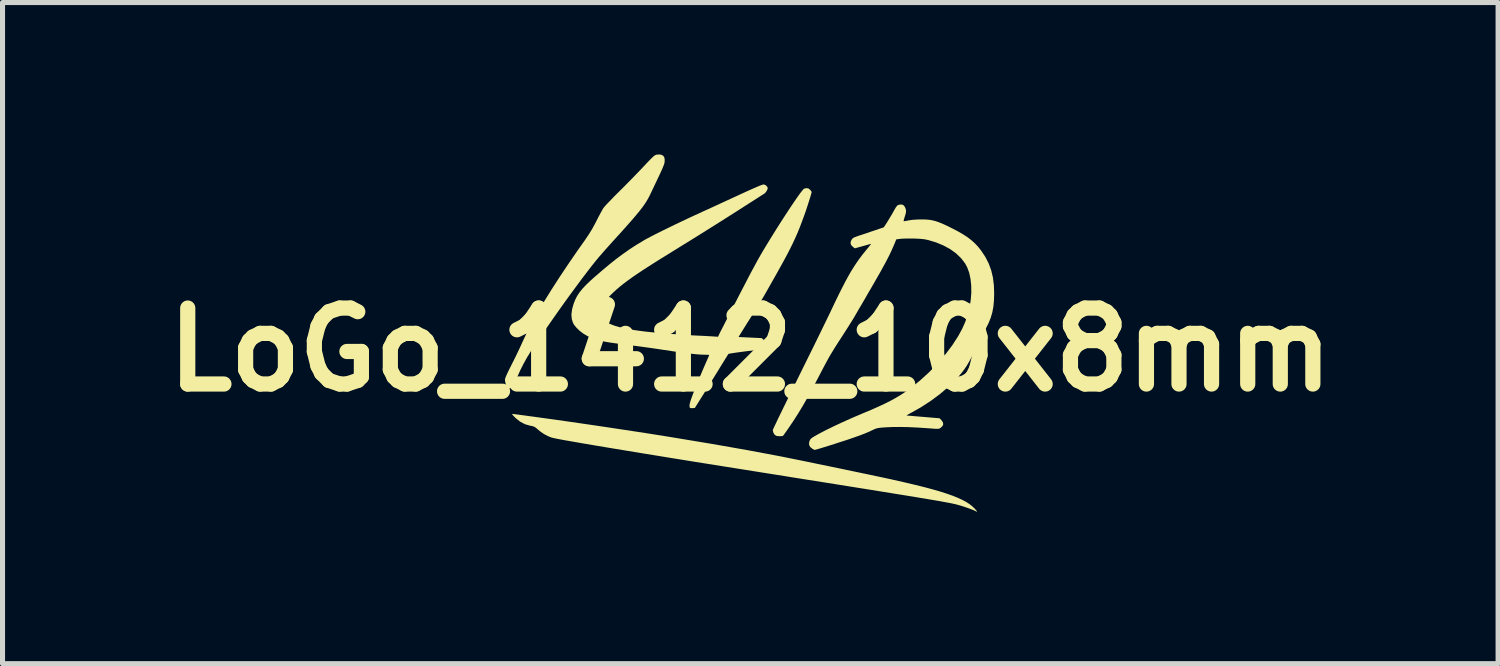
<source format=kicad_pcb>
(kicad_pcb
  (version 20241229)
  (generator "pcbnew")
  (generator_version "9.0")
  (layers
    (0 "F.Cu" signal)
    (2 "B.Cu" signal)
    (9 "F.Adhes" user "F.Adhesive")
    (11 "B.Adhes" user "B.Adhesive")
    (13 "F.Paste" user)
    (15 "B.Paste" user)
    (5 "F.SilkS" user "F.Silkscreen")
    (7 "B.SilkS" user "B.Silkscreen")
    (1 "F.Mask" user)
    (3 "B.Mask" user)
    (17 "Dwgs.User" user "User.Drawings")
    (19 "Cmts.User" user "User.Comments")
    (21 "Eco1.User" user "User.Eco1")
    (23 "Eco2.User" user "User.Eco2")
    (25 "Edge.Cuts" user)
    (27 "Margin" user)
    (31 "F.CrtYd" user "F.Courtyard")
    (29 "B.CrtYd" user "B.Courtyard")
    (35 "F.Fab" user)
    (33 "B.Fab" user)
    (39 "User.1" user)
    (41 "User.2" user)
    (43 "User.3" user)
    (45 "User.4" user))
  (footprint "LoGo_1412_10x8mm"
    (layer "F.Cu")
    (at 11.764 3.854)
    (property "Reference" "LoGo_1412_10x8mm" (at 0 0 0) (layer "F.SilkS") (effects (font (size 1.5 1.5) (thickness 0.3))))
    (attr board_only exclude_from_pos_files exclude_from_bom)
    (fp_poly (pts (xy -1.757 -3.848) (xy -1.72 -3.829) (xy -1.698 -3.798) (xy -1.69 -3.752) (xy -1.692 -3.708) (xy -1.694 -3.692) (xy -1.698 -3.675) (xy -1.705 -3.653) (xy -1.715 -3.627) (xy -1.729 -3.592) (xy -1.747 -3.55) (xy -1.772 -3.496) (xy -1.802 -3.431) (xy -1.84 -3.351) (xy -1.885 -3.257) (xy -1.938 -3.145) (xy -1.983 -3.051) (xy -2.008 -3.002) (xy -2.035 -2.954) (xy -2.065 -2.905) (xy -2.1 -2.853) (xy -2.141 -2.797) (xy -2.189 -2.735) (xy -2.246 -2.666) (xy -2.312 -2.588) (xy -2.389 -2.5) (xy -2.479 -2.399) (xy -2.582 -2.284) (xy -2.628 -2.234) (xy -2.694 -2.161) (xy -2.761 -2.087) (xy -2.826 -2.014) (xy -2.886 -1.947) (xy -2.937 -1.888) (xy -2.978 -1.841) (xy -2.989 -1.829) (xy -3.059 -1.744) (xy -3.14 -1.642) (xy -3.23 -1.525) (xy -3.329 -1.395) (xy -3.434 -1.253) (xy -3.546 -1.101) (xy -3.662 -0.941) (xy -3.781 -0.774) (xy -3.901 -0.603) (xy -4.023 -0.428) (xy -4.144 -0.252) (xy -4.236 -0.117) (xy -4.329 0.025) (xy -4.409 0.156) (xy -4.479 0.282) (xy -4.542 0.407) (xy -4.6 0.537) (xy -4.612 0.566) (xy -4.641 0.629) (xy -4.672 0.683) (xy -4.702 0.727) (xy -4.73 0.756) (xy -4.753 0.767) (xy -4.754 0.767) (xy -4.771 0.76) (xy -4.793 0.742) (xy -4.794 0.741) (xy -4.819 0.703) (xy -4.837 0.651) (xy -4.844 0.594) (xy -4.844 0.59) (xy -4.84 0.568) (xy -4.826 0.531) (xy -4.803 0.479) (xy -4.77 0.409) (xy -4.726 0.322) (xy -4.716 0.301) (xy -4.674 0.219) (xy -4.63 0.13) (xy -4.587 0.04) (xy -4.547 -0.044) (xy -4.514 -0.117) (xy -4.504 -0.139) (xy -4.421 -0.317) (xy -4.323 -0.509) (xy -4.208 -0.717) (xy -4.078 -0.939) (xy -3.932 -1.175) (xy -3.771 -1.425) (xy -3.594 -1.69) (xy -3.403 -1.968) (xy -3.262 -2.167) (xy -3.19 -2.274) (xy -3.125 -2.379) (xy -3.063 -2.492) (xy -3.038 -2.541) (xy -3.005 -2.606) (xy -2.972 -2.669) (xy -2.942 -2.724) (xy -2.918 -2.767) (xy -2.901 -2.796) (xy -2.9 -2.797) (xy -2.883 -2.818) (xy -2.853 -2.852) (xy -2.811 -2.897) (xy -2.759 -2.95) (xy -2.701 -3.011) (xy -2.637 -3.075) (xy -2.594 -3.118) (xy -2.516 -3.195) (xy -2.432 -3.28) (xy -2.346 -3.367) (xy -2.262 -3.454) (xy -2.185 -3.534) (xy -2.118 -3.604) (xy -2.11 -3.613) (xy -2.047 -3.68) (xy -1.996 -3.733) (xy -1.957 -3.773) (xy -1.926 -3.803) (xy -1.902 -3.823) (xy -1.884 -3.837) (xy -1.868 -3.845) (xy -1.852 -3.85) (xy -1.848 -3.851) (xy -1.787 -3.854)) (stroke (width 0) (type solid)) (fill yes) (layer "F.SilkS"))
    (fp_poly (pts (xy -4.69 1.269) (xy -4.657 1.273) (xy -4.607 1.279) (xy -4.542 1.288) (xy -4.466 1.298) (xy -4.38 1.31) (xy -4.287 1.322) (xy -4.282 1.323) (xy -3.826 1.386) (xy -3.373 1.451) (xy -2.923 1.517) (xy -2.478 1.584) (xy -2.04 1.651) (xy -1.612 1.719) (xy -1.195 1.788) (xy -0.791 1.855) (xy -0.401 1.923) (xy -0.029 1.989) (xy 0.325 2.055) (xy 0.6 2.107) (xy 0.675 2.122) (xy 0.768 2.141) (xy 0.878 2.163) (xy 1.002 2.188) (xy 1.138 2.216) (xy 1.282 2.246) (xy 1.433 2.277) (xy 1.588 2.309) (xy 1.745 2.341) (xy 1.901 2.374) (xy 2.055 2.406) (xy 2.202 2.437) (xy 2.342 2.466) (xy 2.472 2.494) (xy 2.588 2.518) (xy 2.69 2.54) (xy 2.774 2.558) (xy 2.821 2.569) (xy 3.046 2.62) (xy 3.25 2.668) (xy 3.435 2.714) (xy 3.6 2.758) (xy 3.748 2.801) (xy 3.88 2.843) (xy 3.996 2.884) (xy 4.098 2.925) (xy 4.186 2.966) (xy 4.263 3.007) (xy 4.328 3.049) (xy 4.383 3.093) (xy 4.43 3.138) (xy 4.431 3.139) (xy 4.461 3.173) (xy 4.476 3.192) (xy 4.476 3.199) (xy 4.462 3.195) (xy 4.444 3.186) (xy 4.407 3.168) (xy 4.353 3.147) (xy 4.289 3.124) (xy 4.219 3.1) (xy 4.149 3.078) (xy 4.083 3.06) (xy 4.074 3.057) (xy 4.049 3.051) (xy 4.02 3.045) (xy 3.987 3.037) (xy 3.948 3.029) (xy 3.902 3.021) (xy 3.85 3.011) (xy 3.79 3) (xy 3.721 2.987) (xy 3.642 2.974) (xy 3.554 2.959) (xy 3.455 2.942) (xy 3.344 2.924) (xy 3.22 2.903) (xy 3.084 2.881) (xy 2.933 2.857) (xy 2.768 2.83) (xy 2.587 2.801) (xy 2.39 2.769) (xy 2.177 2.735) (xy 1.945 2.698) (xy 1.695 2.658) (xy 1.425 2.615) (xy 1.135 2.569) (xy 0.825 2.52) (xy 0.672 2.495) (xy 0.243 2.427) (xy -0.164 2.362) (xy -0.55 2.301) (xy -0.914 2.243) (xy -1.256 2.188) (xy -1.578 2.136) (xy -1.878 2.087) (xy -2.157 2.042) (xy -2.416 1.999) (xy -2.653 1.96) (xy -2.87 1.924) (xy -3.067 1.891) (xy -3.244 1.861) (xy -3.4 1.834) (xy -3.536 1.81) (xy -3.653 1.79) (xy -3.749 1.772) (xy -3.827 1.757) (xy -3.884 1.745) (xy -3.923 1.735) (xy -3.933 1.732) (xy -4 1.705) (xy -4.073 1.666) (xy -4.143 1.618) (xy -4.189 1.581) (xy -4.226 1.548) (xy -4.255 1.528) (xy -4.283 1.515) (xy -4.317 1.506) (xy -4.342 1.502) (xy -4.448 1.472) (xy -4.544 1.422) (xy -4.632 1.352) (xy -4.644 1.34) (xy -4.674 1.309) (xy -4.695 1.284) (xy -4.704 1.27) (xy -4.703 1.267)) (stroke (width 0) (type solid)) (fill yes) (layer "F.SilkS"))
    (fp_poly (pts (xy 0.27 -3.262) (xy 0.305 -3.246) (xy 0.332 -3.221) (xy 0.344 -3.192) (xy 0.344 -3.188) (xy 0.337 -3.161) (xy 0.319 -3.128) (xy 0.296 -3.097) (xy 0.279 -3.082) (xy 0.266 -3.074) (xy 0.236 -3.055) (xy 0.192 -3.027) (xy 0.135 -2.99) (xy 0.069 -2.948) (xy -0.006 -2.9) (xy -0.088 -2.848) (xy -0.117 -2.829) (xy -0.267 -2.733) (xy -0.434 -2.627) (xy -0.611 -2.515) (xy -0.797 -2.398) (xy -0.987 -2.279) (xy -1.178 -2.16) (xy -1.366 -2.044) (xy -1.547 -1.932) (xy -1.633 -1.878) (xy -1.804 -1.773) (xy -1.957 -1.676) (xy -2.093 -1.589) (xy -2.214 -1.509) (xy -2.322 -1.435) (xy -2.418 -1.366) (xy -2.503 -1.302) (xy -2.579 -1.241) (xy -2.648 -1.182) (xy -2.711 -1.124) (xy -2.751 -1.085) (xy -2.821 -1.011) (xy -2.875 -0.947) (xy -2.915 -0.889) (xy -2.942 -0.834) (xy -2.958 -0.78) (xy -2.962 -0.754) (xy -2.962 -0.697) (xy -2.943 -0.644) (xy -2.907 -0.596) (xy -2.852 -0.551) (xy -2.777 -0.511) (xy -2.683 -0.474) (xy -2.569 -0.441) (xy -2.434 -0.412) (xy -2.279 -0.385) (xy -2.102 -0.361) (xy -2.059 -0.356) (xy -1.953 -0.345) (xy -1.83 -0.334) (xy -1.694 -0.322) (xy -1.551 -0.311) (xy -1.407 -0.3) (xy -1.264 -0.29) (xy -1.13 -0.282) (xy -1.056 -0.278) (xy -0.979 -0.275) (xy -0.903 -0.271) (xy -0.833 -0.267) (xy -0.775 -0.264) (xy -0.733 -0.261) (xy -0.732 -0.261) (xy -0.637 -0.255) (xy -0.623 -0.286) (xy -0.615 -0.303) (xy -0.598 -0.338) (xy -0.572 -0.388) (xy -0.539 -0.452) (xy -0.501 -0.527) (xy -0.458 -0.612) (xy -0.411 -0.704) (xy -0.361 -0.8) (xy -0.31 -0.9) (xy -0.258 -1) (xy -0.207 -1.1) (xy -0.157 -1.196) (xy -0.11 -1.286) (xy -0.067 -1.369) (xy -0.029 -1.443) (xy -0.022 -1.456) (xy 0.02 -1.536) (xy 0.066 -1.621) (xy 0.111 -1.704) (xy 0.153 -1.781) (xy 0.19 -1.846) (xy 0.202 -1.867) (xy 0.26 -1.966) (xy 0.323 -2.07) (xy 0.389 -2.178) (xy 0.457 -2.288) (xy 0.527 -2.4) (xy 0.597 -2.51) (xy 0.666 -2.617) (xy 0.733 -2.72) (xy 0.797 -2.817) (xy 0.857 -2.906) (xy 0.911 -2.985) (xy 0.959 -3.053) (xy 0.999 -3.107) (xy 1.031 -3.147) (xy 1.052 -3.171) (xy 1.058 -3.176) (xy 1.103 -3.19) (xy 1.146 -3.184) (xy 1.182 -3.157) (xy 1.182 -3.156) (xy 1.201 -3.132) (xy 1.211 -3.115) (xy 1.211 -3.113) (xy 1.208 -3.095) (xy 1.198 -3.06) (xy 1.184 -3.011) (xy 1.165 -2.952) (xy 1.144 -2.886) (xy 1.122 -2.817) (xy 1.099 -2.747) (xy 1.076 -2.682) (xy 1.061 -2.639) (xy 1.016 -2.518) (xy 0.973 -2.405) (xy 0.929 -2.298) (xy 0.882 -2.192) (xy 0.832 -2.085) (xy 0.777 -1.974) (xy 0.715 -1.855) (xy 0.645 -1.726) (xy 0.565 -1.582) (xy 0.52 -1.501) (xy 0.474 -1.419) (xy 0.427 -1.337) (xy 0.383 -1.259) (xy 0.342 -1.187) (xy 0.308 -1.127) (xy 0.282 -1.082) (xy 0.281 -1.078) (xy 0.255 -1.035) (xy 0.22 -0.976) (xy 0.178 -0.907) (xy 0.131 -0.831) (xy 0.082 -0.751) (xy 0.032 -0.672) (xy 0.028 -0.667) (xy -0.019 -0.592) (xy -0.065 -0.52) (xy -0.106 -0.454) (xy -0.142 -0.397) (xy -0.17 -0.351) (xy -0.189 -0.321) (xy -0.192 -0.317) (xy -0.232 -0.25) (xy -0.003 -0.239) (xy 0.227 -0.228) (xy 0.269 -0.188) (xy 0.3 -0.151) (xy 0.31 -0.117) (xy 0.3 -0.082) (xy 0.274 -0.048) (xy 0.238 -0.008) (xy -0.093 0.033) (xy -0.176 0.044) (xy -0.253 0.054) (xy -0.319 0.064) (xy -0.372 0.072) (xy -0.41 0.079) (xy -0.43 0.083) (xy -0.432 0.085) (xy -0.44 0.096) (xy -0.457 0.124) (xy -0.484 0.167) (xy -0.518 0.222) (xy -0.558 0.286) (xy -0.602 0.358) (xy -0.631 0.406) (xy -0.686 0.494) (xy -0.744 0.588) (xy -0.803 0.684) (xy -0.859 0.775) (xy -0.911 0.858) (xy -0.954 0.927) (xy -0.959 0.934) (xy -1.095 1.151) (xy -1.14 1.154) (xy -1.17 1.154) (xy -1.19 1.151) (xy -1.192 1.149) (xy -1.197 1.134) (xy -1.2 1.106) (xy -1.2 1.095) (xy -1.195 1.066) (xy -1.182 1.017) (xy -1.159 0.95) (xy -1.129 0.868) (xy -1.091 0.77) (xy -1.046 0.658) (xy -0.994 0.533) (xy -0.937 0.397) (xy -0.874 0.252) (xy -0.851 0.2) (xy -0.832 0.156) (xy -0.818 0.124) (xy -0.812 0.106) (xy -0.811 0.105) (xy -0.821 0.102) (xy -0.848 0.101) (xy -0.887 0.1) (xy -0.895 0.1) (xy -0.958 0.098) (xy -1.036 0.093) (xy -1.13 0.084) (xy -1.241 0.071) (xy -1.371 0.054) (xy -1.52 0.033) (xy -1.689 0.007) (xy -1.7 0.006) (xy -1.811 -0.011) (xy -1.932 -0.029) (xy -2.057 -0.046) (xy -2.18 -0.063) (xy -2.295 -0.078) (xy -2.396 -0.091) (xy -2.422 -0.094) (xy -2.561 -0.112) (xy -2.681 -0.128) (xy -2.784 -0.143) (xy -2.872 -0.158) (xy -2.947 -0.174) (xy -3.013 -0.19) (xy -3.073 -0.208) (xy -3.127 -0.229) (xy -3.179 -0.252) (xy -3.226 -0.275) (xy -3.301 -0.32) (xy -3.372 -0.375) (xy -3.433 -0.434) (xy -3.481 -0.494) (xy -3.5 -0.528) (xy -3.525 -0.605) (xy -3.532 -0.694) (xy -3.519 -0.794) (xy -3.512 -0.823) (xy -3.487 -0.909) (xy -3.456 -0.988) (xy -3.418 -1.062) (xy -3.369 -1.135) (xy -3.309 -1.209) (xy -3.234 -1.288) (xy -3.144 -1.373) (xy -3.084 -1.427) (xy -2.925 -1.564) (xy -2.779 -1.686) (xy -2.641 -1.796) (xy -2.508 -1.894) (xy -2.379 -1.985) (xy -2.25 -2.069) (xy -2.118 -2.148) (xy -2.085 -2.168) (xy -2.024 -2.201) (xy -1.945 -2.243) (xy -1.85 -2.291) (xy -1.743 -2.345) (xy -1.624 -2.403) (xy -1.497 -2.465) (xy -1.364 -2.528) (xy -1.227 -2.593) (xy -1.089 -2.657) (xy -1.033 -2.682) (xy -0.944 -2.724) (xy -0.838 -2.772) (xy -0.722 -2.825) (xy -0.599 -2.882) (xy -0.475 -2.939) (xy -0.353 -2.995) (xy -0.24 -3.047) (xy -0.221 -3.056) (xy -0.105 -3.109) (xy -0.009 -3.153) (xy 0.071 -3.188) (xy 0.135 -3.216) (xy 0.185 -3.237) (xy 0.222 -3.251) (xy 0.248 -3.259) (xy 0.265 -3.262)) (stroke (width 0) (type solid)) (fill yes) (layer "F.SilkS"))
    (fp_poly (pts (xy 3.02 -2.856) (xy 3.047 -2.826) (xy 3.056 -2.809) (xy 3.069 -2.776) (xy 3.075 -2.748) (xy 3.074 -2.717) (xy 3.066 -2.678) (xy 3.05 -2.627) (xy 3.038 -2.587) (xy 3.03 -2.556) (xy 3.027 -2.539) (xy 3.027 -2.537) (xy 3.039 -2.537) (xy 3.067 -2.541) (xy 3.107 -2.548) (xy 3.129 -2.553) (xy 3.208 -2.564) (xy 3.302 -2.57) (xy 3.389 -2.571) (xy 3.463 -2.57) (xy 3.529 -2.565) (xy 3.591 -2.555) (xy 3.652 -2.54) (xy 3.717 -2.518) (xy 3.79 -2.489) (xy 3.875 -2.45) (xy 3.95 -2.413) (xy 4.078 -2.348) (xy 4.187 -2.286) (xy 4.281 -2.226) (xy 4.361 -2.165) (xy 4.433 -2.101) (xy 4.497 -2.033) (xy 4.558 -1.956) (xy 4.641 -1.831) (xy 4.707 -1.702) (xy 4.757 -1.566) (xy 4.791 -1.422) (xy 4.81 -1.265) (xy 4.815 -1.112) (xy 4.811 -0.973) (xy 4.8 -0.851) (xy 4.779 -0.739) (xy 4.748 -0.632) (xy 4.705 -0.525) (xy 4.648 -0.412) (xy 4.623 -0.367) (xy 4.604 -0.331) (xy 4.577 -0.28) (xy 4.546 -0.217) (xy 4.512 -0.148) (xy 4.478 -0.077) (xy 4.471 -0.061) (xy 4.415 0.056) (xy 4.365 0.156) (xy 4.318 0.242) (xy 4.274 0.317) (xy 4.228 0.385) (xy 4.18 0.449) (xy 4.127 0.513) (xy 4.067 0.579) (xy 4.05 0.598) (xy 3.903 0.742) (xy 3.738 0.882) (xy 3.559 1.014) (xy 3.37 1.137) (xy 3.194 1.236) (xy 3.15 1.26) (xy 3.115 1.28) (xy 3.093 1.294) (xy 3.088 1.3) (xy 3.089 1.301) (xy 3.104 1.302) (xy 3.138 1.304) (xy 3.189 1.308) (xy 3.252 1.314) (xy 3.326 1.32) (xy 3.407 1.327) (xy 3.422 1.328) (xy 3.739 1.355) (xy 3.775 1.394) (xy 3.803 1.435) (xy 3.81 1.473) (xy 3.794 1.509) (xy 3.757 1.544) (xy 3.756 1.545) (xy 3.744 1.553) (xy 3.732 1.558) (xy 3.717 1.562) (xy 3.696 1.563) (xy 3.664 1.563) (xy 3.619 1.56) (xy 3.557 1.555) (xy 3.503 1.551) (xy 3.306 1.538) (xy 3.123 1.529) (xy 2.956 1.526) (xy 2.808 1.527) (xy 2.679 1.533) (xy 2.674 1.533) (xy 2.605 1.538) (xy 2.554 1.543) (xy 2.516 1.549) (xy 2.487 1.556) (xy 2.461 1.566) (xy 2.434 1.578) (xy 2.433 1.578) (xy 2.358 1.614) (xy 2.269 1.652) (xy 2.166 1.692) (xy 2.044 1.735) (xy 1.981 1.757) (xy 1.914 1.78) (xy 1.839 1.804) (xy 1.758 1.83) (xy 1.676 1.857) (xy 1.594 1.883) (xy 1.515 1.908) (xy 1.443 1.93) (xy 1.38 1.949) (xy 1.329 1.964) (xy 1.293 1.974) (xy 1.275 1.979) (xy 1.274 1.979) (xy 1.257 1.973) (xy 1.23 1.96) (xy 1.226 1.957) (xy 1.184 1.923) (xy 1.163 1.885) (xy 1.16 1.84) (xy 1.161 1.834) (xy 1.172 1.797) (xy 1.189 1.766) (xy 1.193 1.762) (xy 1.217 1.742) (xy 1.26 1.714) (xy 1.32 1.68) (xy 1.394 1.64) (xy 1.48 1.595) (xy 1.578 1.547) (xy 1.683 1.496) (xy 1.795 1.444) (xy 1.912 1.391) (xy 2.031 1.338) (xy 2.151 1.287) (xy 2.222 1.257) (xy 2.382 1.19) (xy 2.522 1.128) (xy 2.647 1.07) (xy 2.759 1.014) (xy 2.86 0.959) (xy 2.953 0.904) (xy 3.041 0.847) (xy 3.127 0.787) (xy 3.161 0.762) (xy 3.351 0.609) (xy 3.53 0.446) (xy 3.698 0.274) (xy 3.851 0.095) (xy 3.988 -0.087) (xy 4.107 -0.271) (xy 4.186 -0.417) (xy 4.246 -0.552) (xy 4.294 -0.693) (xy 4.329 -0.838) (xy 4.353 -0.984) (xy 4.364 -1.127) (xy 4.362 -1.266) (xy 4.348 -1.398) (xy 4.322 -1.519) (xy 4.282 -1.627) (xy 4.241 -1.703) (xy 4.161 -1.807) (xy 4.062 -1.902) (xy 3.945 -1.986) (xy 3.812 -2.058) (xy 3.665 -2.119) (xy 3.505 -2.166) (xy 3.464 -2.175) (xy 3.414 -2.183) (xy 3.347 -2.189) (xy 3.27 -2.193) (xy 3.188 -2.195) (xy 3.106 -2.195) (xy 3.03 -2.193) (xy 2.967 -2.189) (xy 2.944 -2.186) (xy 2.883 -2.178) (xy 2.845 -2.086) (xy 2.816 -2.019) (xy 2.786 -1.951) (xy 2.753 -1.882) (xy 2.717 -1.81) (xy 2.676 -1.731) (xy 2.629 -1.645) (xy 2.576 -1.548) (xy 2.514 -1.44) (xy 2.444 -1.317) (xy 2.363 -1.177) (xy 2.347 -1.151) (xy 2.297 -1.064) (xy 2.247 -0.977) (xy 2.198 -0.893) (xy 2.152 -0.816) (xy 2.113 -0.748) (xy 2.082 -0.694) (xy 2.07 -0.673) (xy 2.041 -0.624) (xy 2.002 -0.561) (xy 1.956 -0.488) (xy 1.906 -0.409) (xy 1.855 -0.329) (xy 1.812 -0.262) (xy 1.752 -0.17) (xy 1.7 -0.089) (xy 1.654 -0.016) (xy 1.612 0.053) (xy 1.571 0.121) (xy 1.531 0.192) (xy 1.489 0.27) (xy 1.443 0.356) (xy 1.391 0.455) (xy 1.331 0.571) (xy 1.326 0.58) (xy 1.225 0.773) (xy 1.129 0.948) (xy 1.036 1.11) (xy 0.944 1.262) (xy 0.851 1.407) (xy 0.755 1.549) (xy 0.719 1.601) (xy 0.691 1.64) (xy 0.668 1.672) (xy 0.654 1.692) (xy 0.65 1.698) (xy 0.636 1.704) (xy 0.607 1.708) (xy 0.572 1.708) (xy 0.537 1.706) (xy 0.512 1.701) (xy 0.51 1.7) (xy 0.478 1.676) (xy 0.455 1.638) (xy 0.445 1.594) (xy 0.444 1.589) (xy 0.449 1.575) (xy 0.463 1.544) (xy 0.486 1.495) (xy 0.517 1.43) (xy 0.554 1.351) (xy 0.599 1.259) (xy 0.649 1.156) (xy 0.705 1.042) (xy 0.765 0.919) (xy 0.829 0.788) (xy 0.897 0.652) (xy 0.938 0.568) (xy 1.011 0.42) (xy 1.085 0.27) (xy 1.158 0.122) (xy 1.23 -0.023) (xy 1.298 -0.162) (xy 1.363 -0.295) (xy 1.423 -0.418) (xy 1.477 -0.529) (xy 1.525 -0.628) (xy 1.565 -0.71) (xy 1.596 -0.775) (xy 1.6 -0.784) (xy 1.679 -0.95) (xy 1.751 -1.098) (xy 1.817 -1.229) (xy 1.878 -1.347) (xy 1.936 -1.453) (xy 1.991 -1.549) (xy 2.046 -1.637) (xy 2.101 -1.72) (xy 2.157 -1.799) (xy 2.216 -1.878) (xy 2.28 -1.957) (xy 2.314 -1.998) (xy 2.344 -2.035) (xy 2.368 -2.065) (xy 2.382 -2.084) (xy 2.385 -2.09) (xy 2.374 -2.087) (xy 2.344 -2.079) (xy 2.302 -2.067) (xy 2.249 -2.052) (xy 2.223 -2.045) (xy 2.065 -2.001) (xy 2.033 -2.024) (xy 1.995 -2.06) (xy 1.979 -2.099) (xy 1.985 -2.141) (xy 2.003 -2.175) (xy 2.016 -2.192) (xy 2.033 -2.206) (xy 2.058 -2.219) (xy 2.095 -2.233) (xy 2.148 -2.252) (xy 2.161 -2.256) (xy 2.222 -2.276) (xy 2.295 -2.3) (xy 2.373 -2.327) (xy 2.448 -2.352) (xy 2.465 -2.358) (xy 2.636 -2.416) (xy 2.695 -2.506) (xy 2.724 -2.553) (xy 2.759 -2.611) (xy 2.796 -2.673) (xy 2.824 -2.723) (xy 2.854 -2.776) (xy 2.876 -2.813) (xy 2.894 -2.836) (xy 2.909 -2.85) (xy 2.924 -2.858) (xy 2.935 -2.861) (xy 2.984 -2.867)) (stroke (width 0) (type solid)) (fill yes) (layer "F.SilkS")))
  (gr_rect
    (start -3 -3)
    (end 26.529 10.053)
    (stroke (width 0.1) (type default))
    (fill no)
    (layer "Edge.Cuts")))
</source>
